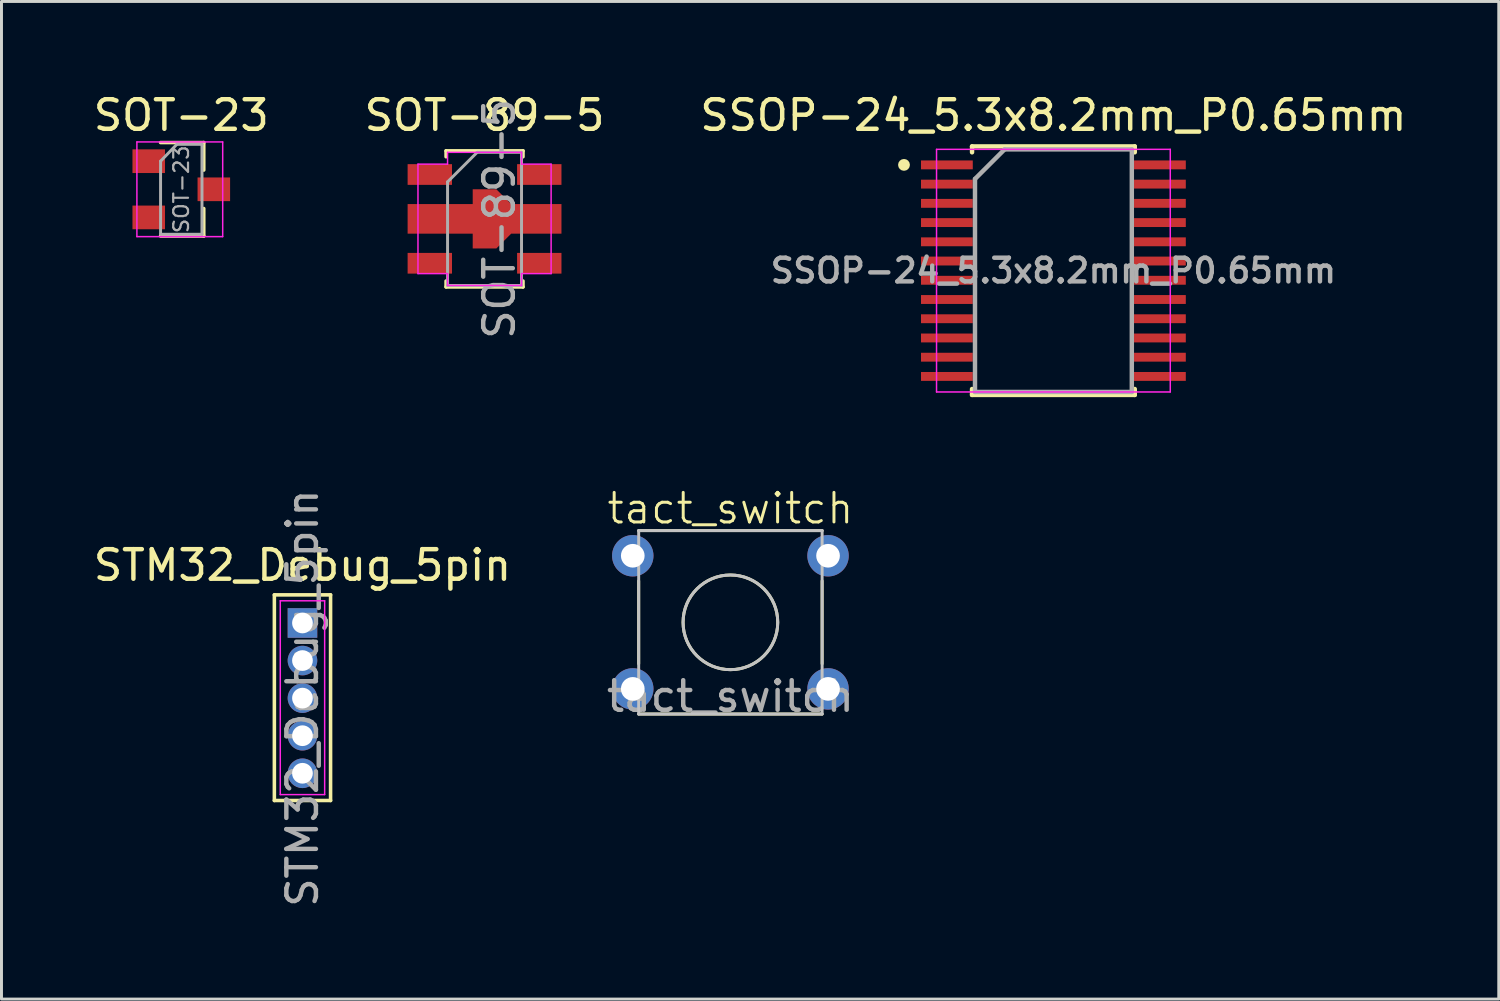
<source format=kicad_pcb>
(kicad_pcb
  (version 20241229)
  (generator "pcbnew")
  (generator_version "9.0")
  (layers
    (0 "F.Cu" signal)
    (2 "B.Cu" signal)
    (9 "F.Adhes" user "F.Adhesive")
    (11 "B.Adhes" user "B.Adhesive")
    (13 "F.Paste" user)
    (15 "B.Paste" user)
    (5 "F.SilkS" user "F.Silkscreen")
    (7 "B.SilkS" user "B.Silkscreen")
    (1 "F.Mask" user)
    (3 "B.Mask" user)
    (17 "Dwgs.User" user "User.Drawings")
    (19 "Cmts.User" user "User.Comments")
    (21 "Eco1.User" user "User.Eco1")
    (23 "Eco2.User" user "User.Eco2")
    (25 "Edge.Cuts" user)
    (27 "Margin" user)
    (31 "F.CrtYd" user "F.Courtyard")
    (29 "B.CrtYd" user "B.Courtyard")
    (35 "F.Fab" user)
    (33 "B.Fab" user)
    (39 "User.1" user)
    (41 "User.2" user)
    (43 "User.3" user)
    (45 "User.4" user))
  (footprint "SOT-23"
    (layer "F.Cu")
    (at 3.077 3.348)
    (property "Reference" "SOT-23" (at 0 -2.5 0) (layer "F.SilkS") (effects (font (size 1 1) (thickness 0.15))))
    (attr smd)
    (fp_line (start 0.76 -1.58) (end -0.7 -1.58) (stroke (width 0.12) (type solid)) (layer "F.SilkS"))
    (fp_line (start 0.76 -1.58) (end 0.76 -0.65) (stroke (width 0.12) (type solid)) (layer "F.SilkS"))
    (fp_line (start 0.76 1.58) (end -0.7 1.58) (stroke (width 0.12) (type solid)) (layer "F.SilkS"))
    (fp_line (start 0.76 1.58) (end 0.76 0.65) (stroke (width 0.12) (type solid)) (layer "F.SilkS"))
    (fp_line (start -1.5 -1.6) (end 1.4 -1.6) (stroke (width 0.05) (type solid)) (layer "F.CrtYd"))
    (fp_line (start -1.5 1.6) (end -1.5 -1.6) (stroke (width 0.05) (type solid)) (layer "F.CrtYd"))
    (fp_line (start 1.4 -1.6) (end 1.4 1.6) (stroke (width 0.05) (type solid)) (layer "F.CrtYd"))
    (fp_line (start 1.4 1.6) (end -1.5 1.6) (stroke (width 0.05) (type solid)) (layer "F.CrtYd"))
    (fp_line (start -0.7 -0.95) (end -0.7 1.5) (stroke (width 0.1) (type solid)) (layer "F.Fab"))
    (fp_line (start -0.7 -0.95) (end -0.15 -1.52) (stroke (width 0.1) (type solid)) (layer "F.Fab"))
    (fp_line (start -0.7 1.52) (end 0.7 1.52) (stroke (width 0.1) (type solid)) (layer "F.Fab"))
    (fp_line (start -0.15 -1.52) (end 0.7 -1.52) (stroke (width 0.1) (type solid)) (layer "F.Fab"))
    (fp_line (start 0.7 -1.52) (end 0.7 1.52) (stroke (width 0.1) (type solid)) (layer "F.Fab"))
    (fp_text user "${REFERENCE}" (at 0 0 90) (layer "F.Fab") (effects (font (size 0.5 0.5) (thickness 0.075))))
    (pad "1" smd rect (at -1.1 -0.95) (size 1.1 0.8) (layers "F.Cu" "F.Mask" "F.Paste"))
    (pad "2" smd rect (at -1.1 0.95) (size 1.1 0.8) (layers "F.Cu" "F.Mask" "F.Paste"))
    (pad "3" smd rect (at 1.1 0) (size 1.1 0.8) (layers "F.Cu" "F.Mask" "F.Paste")))
  (footprint "SSOP-24_5.3x8.2mm_P0.65mm"
    (layer "F.Cu")
    (at 32.554 6.098)
    (property "Reference" "SSOP-24_5.3x8.2mm_P0.65mm" (at 0 -5.25 0) (layer "F.SilkS") (effects (font (size 1 1) (thickness 0.15))))
    (attr smd)
    (fp_line (start -2.75 -4.2) (end -2.75 -4) (stroke (width 0.15) (type solid)) (layer "F.SilkS"))
    (fp_line (start -2.75 -4.2) (end 2.75 -4.2) (stroke (width 0.15) (type solid)) (layer "F.SilkS"))
    (fp_line (start -2.75 4.2) (end -2.75 4) (stroke (width 0.15) (type solid)) (layer "F.SilkS"))
    (fp_line (start -2.75 4.2) (end 2.75 4.2) (stroke (width 0.15) (type solid)) (layer "F.SilkS"))
    (fp_line (start 2.75 -4.2) (end 2.75 -4) (stroke (width 0.15) (type solid)) (layer "F.SilkS"))
    (fp_line (start 2.75 4.2) (end 2.75 4) (stroke (width 0.15) (type solid)) (layer "F.SilkS"))
    (fp_circle (center -5.05 -3.575) (end -4.95 -3.575) (stroke (width 0.2) (type default)) (fill no) (layer "F.SilkS"))
    (fp_line (start -3.95 -4.1) (end -3.95 4.1) (stroke (width 0.05) (type solid)) (layer "F.CrtYd"))
    (fp_line (start -3.95 -4.1) (end 3.95 -4.1) (stroke (width 0.05) (type solid)) (layer "F.CrtYd"))
    (fp_line (start -3.95 4.1) (end 3.95 4.1) (stroke (width 0.05) (type solid)) (layer "F.CrtYd"))
    (fp_line (start 3.95 -4.1) (end 3.95 4.1) (stroke (width 0.05) (type solid)) (layer "F.CrtYd"))
    (fp_line (start -2.65 -3.1) (end -1.65 -4.1) (stroke (width 0.15) (type solid)) (layer "F.Fab"))
    (fp_line (start -2.65 4.1) (end -2.65 -3.1) (stroke (width 0.15) (type solid)) (layer "F.Fab"))
    (fp_line (start -1.65 -4.1) (end 2.65 -4.1) (stroke (width 0.15) (type solid)) (layer "F.Fab"))
    (fp_line (start 2.65 -4.1) (end 2.65 4.1) (stroke (width 0.15) (type solid)) (layer "F.Fab"))
    (fp_line (start 2.65 4.1) (end -2.65 4.1) (stroke (width 0.15) (type solid)) (layer "F.Fab"))
    (fp_text user "${REFERENCE}" (at 0 0 0) (layer "F.Fab") (effects (font (size 0.8 0.8) (thickness 0.15))))
    (pad "1" smd rect (at -3.6 -3.575) (size 1.75 0.3) (layers "F.Cu" "F.Mask" "F.Paste"))
    (pad "2" smd rect (at -3.6 -2.925) (size 1.75 0.3) (layers "F.Cu" "F.Mask" "F.Paste"))
    (pad "3" smd rect (at -3.6 -2.275) (size 1.75 0.3) (layers "F.Cu" "F.Mask" "F.Paste"))
    (pad "4" smd rect (at -3.6 -1.625) (size 1.75 0.3) (layers "F.Cu" "F.Mask" "F.Paste"))
    (pad "5" smd rect (at -3.6 -0.975) (size 1.75 0.3) (layers "F.Cu" "F.Mask" "F.Paste"))
    (pad "6" smd rect (at -3.6 -0.325) (size 1.75 0.3) (layers "F.Cu" "F.Mask" "F.Paste"))
    (pad "7" smd rect (at -3.6 0.325) (size 1.75 0.3) (layers "F.Cu" "F.Mask" "F.Paste"))
    (pad "8" smd rect (at -3.6 0.975) (size 1.75 0.3) (layers "F.Cu" "F.Mask" "F.Paste"))
    (pad "9" smd rect (at -3.6 1.625) (size 1.75 0.3) (layers "F.Cu" "F.Mask" "F.Paste"))
    (pad "10" smd rect (at -3.6 2.275) (size 1.75 0.3) (layers "F.Cu" "F.Mask" "F.Paste"))
    (pad "11" smd rect (at -3.6 2.925) (size 1.75 0.3) (layers "F.Cu" "F.Mask" "F.Paste"))
    (pad "12" smd rect (at -3.6 3.575) (size 1.75 0.3) (layers "F.Cu" "F.Mask" "F.Paste"))
    (pad "13" smd rect (at 3.6 3.575) (size 1.75 0.3) (layers "F.Cu" "F.Mask" "F.Paste"))
    (pad "14" smd rect (at 3.6 2.925) (size 1.75 0.3) (layers "F.Cu" "F.Mask" "F.Paste"))
    (pad "15" smd rect (at 3.6 2.275) (size 1.75 0.3) (layers "F.Cu" "F.Mask" "F.Paste"))
    (pad "16" smd rect (at 3.6 1.625) (size 1.75 0.3) (layers "F.Cu" "F.Mask" "F.Paste"))
    (pad "17" smd rect (at 3.6 0.975) (size 1.75 0.3) (layers "F.Cu" "F.Mask" "F.Paste"))
    (pad "18" smd rect (at 3.6 0.325) (size 1.75 0.3) (layers "F.Cu" "F.Mask" "F.Paste"))
    (pad "19" smd rect (at 3.6 -0.325) (size 1.75 0.3) (layers "F.Cu" "F.Mask" "F.Paste"))
    (pad "20" smd rect (at 3.6 -0.975) (size 1.75 0.3) (layers "F.Cu" "F.Mask" "F.Paste"))
    (pad "21" smd rect (at 3.6 -1.625) (size 1.75 0.3) (layers "F.Cu" "F.Mask" "F.Paste"))
    (pad "22" smd rect (at 3.6 -2.275) (size 1.75 0.3) (layers "F.Cu" "F.Mask" "F.Paste"))
    (pad "23" smd rect (at 3.6 -2.925) (size 1.75 0.3) (layers "F.Cu" "F.Mask" "F.Paste"))
    (pad "24" smd rect (at 3.6 -3.575) (size 1.75 0.3) (layers "F.Cu" "F.Mask" "F.Paste")))
  (footprint "STM32_Debug_5pin"
    (layer "F.Cu")
    (at 7.173 18.006)
    (property "Reference" "STM32_Debug_5pin" (at 0 -1.95 0) (layer "F.SilkS") (effects (font (size 1 1) (thickness 0.15))))
    (attr through_hole)
    (fp_line (start -0.95 -0.95) (end -0.95 6) (stroke (width 0.12) (type solid)) (layer "F.SilkS"))
    (fp_line (start -0.95 -0.95) (end 0.95 -0.95) (stroke (width 0.12) (type solid)) (layer "F.SilkS"))
    (fp_line (start -0.95 6) (end 0.95 6) (stroke (width 0.12) (type solid)) (layer "F.SilkS"))
    (fp_line (start 0.95 -0.95) (end 0.95 6) (stroke (width 0.12) (type solid)) (layer "F.SilkS"))
    (fp_line (start -0.75 -0.75) (end -0.75 5.8) (stroke (width 0.05) (type solid)) (layer "F.CrtYd"))
    (fp_line (start -0.75 5.8) (end 0.75 5.8) (stroke (width 0.05) (type solid)) (layer "F.CrtYd"))
    (fp_line (start 0.75 -0.75) (end -0.75 -0.75) (stroke (width 0.05) (type solid)) (layer "F.CrtYd"))
    (fp_line (start 0.75 5.8) (end 0.75 -0.75) (stroke (width 0.05) (type solid)) (layer "F.CrtYd"))
    (fp_text user "${REFERENCE}" (at 0 2.54 90) (layer "F.Fab") (effects (font (size 1 1) (thickness 0.15))))
    (pad "1" thru_hole rect (at 0 0) (size 1 1) (drill 0.7) (layers "*.Cu" "*.Mask"))
    (pad "2" thru_hole oval (at 0 1.27) (size 1 1) (drill 0.7) (layers "*.Cu" "*.Mask"))
    (pad "3" thru_hole oval (at 0 2.54) (size 1 1) (drill 0.7) (layers "*.Cu" "*.Mask"))
    (pad "4" thru_hole oval (at 0 3.81) (size 1 1) (drill 0.7) (layers "*.Cu" "*.Mask"))
    (pad "5" thru_hole oval (at 0 5.08) (size 1 1) (drill 0.7) (layers "*.Cu" "*.Mask")))
  (footprint "tact_switch"
    (layer "F.Cu")
    (at 21.637 17.984)
    (property "Reference" "tact_switch" (at 0 -3.85 0) (unlocked yes) (layer "F.SilkS") (effects (font (size 1 1) (thickness 0.1))))
    (attr through_hole)
    (fp_line (start -3.1 -3.1) (end 3.1 -3.1) (stroke (width 0.1) (type default)) (layer "F.SilkS"))
    (fp_line (start -3.1 -1.4) (end -3.1 1.4) (stroke (width 0.1) (type default)) (layer "F.SilkS"))
    (fp_line (start 3.1 -1.4) (end 3.1 1.4) (stroke (width 0.1) (type default)) (layer "F.SilkS"))
    (fp_line (start 3.1 3.1) (end -3.1 3.1) (stroke (width 0.1) (type default)) (layer "F.SilkS"))
    (fp_circle (center 0 0) (end 1.6 0) (stroke (width 0.1) (type default)) (fill no) (layer "F.SilkS"))
    (fp_line (start -3.1 -3.1) (end 3.1 -3.1) (stroke (width 0.1) (type default)) (layer "Dwgs.User"))
    (fp_line (start -3.1 3.1) (end -3.1 -3.1) (stroke (width 0.1) (type default)) (layer "Dwgs.User"))
    (fp_line (start 3.1 -3.1) (end 3.1 3.1) (stroke (width 0.1) (type default)) (layer "Dwgs.User"))
    (fp_line (start 3.1 3.1) (end -3.1 3.1) (stroke (width 0.1) (type default)) (layer "Dwgs.User"))
    (fp_circle (center 0 0) (end 1.6 0) (stroke (width 0.1) (type default)) (fill no) (layer "Dwgs.User"))
    (fp_text user "${REFERENCE}" (at 0 2.5 0) (unlocked yes) (layer "F.Fab") (effects (font (size 1 1) (thickness 0.15))))
    (pad "1" thru_hole circle (at -3.3 -2.25) (size 1.4 1.4) (drill 0.8) (layers "*.Cu" "*.Mask"))
    (pad "1" thru_hole circle (at 3.3 -2.25) (size 1.4 1.4) (drill 0.8) (layers "*.Cu" "*.Mask"))
    (pad "2" thru_hole circle (at -3.3 2.25) (size 1.4 1.4) (drill 0.8) (layers "*.Cu" "*.Mask"))
    (pad "2" thru_hole circle (at 3.3 2.25) (size 1.4 1.4) (drill 0.8) (layers "*.Cu" "*.Mask")))
  (footprint "SOT-89-5"
    (layer "F.Cu")
    (at 13.327 4.348)
    (property "Reference" "SOT-89-5" (at 0 -3.5 0) (layer "F.SilkS") (effects (font (size 1 1) (thickness 0.15))))
    (attr smd)
    (fp_line (start -1.3 -2.3) (end 1.3 -2.3) (stroke (width 0.12) (type solid)) (layer "F.SilkS"))
    (fp_line (start -1.3 -2.1) (end -1.3 -2.3) (stroke (width 0.12) (type solid)) (layer "F.SilkS"))
    (fp_line (start -1.3 2.1) (end -1.3 2.3) (stroke (width 0.12) (type solid)) (layer "F.SilkS"))
    (fp_line (start -1.3 2.3) (end 1.3 2.3) (stroke (width 0.12) (type solid)) (layer "F.SilkS"))
    (fp_line (start 1.3 -2.3) (end 1.3 -2.1) (stroke (width 0.12) (type solid)) (layer "F.SilkS"))
    (fp_line (start 1.3 2.3) (end 1.3 2.1) (stroke (width 0.12) (type solid)) (layer "F.SilkS"))
    (fp_line (start -2.25 1.85) (end -2.25 -1.85) (stroke (width 0.05) (type solid)) (layer "F.CrtYd"))
    (fp_line (start -1.25 -1.85) (end -2.25 -1.85) (stroke (width 0.05) (type solid)) (layer "F.CrtYd"))
    (fp_line (start -1.25 -1.85) (end -1.25 -2.25) (stroke (width 0.05) (type solid)) (layer "F.CrtYd"))
    (fp_line (start -1.25 1.85) (end -2.25 1.85) (stroke (width 0.05) (type solid)) (layer "F.CrtYd"))
    (fp_line (start -1.25 2.25) (end -1.25 1.85) (stroke (width 0.05) (type solid)) (layer "F.CrtYd"))
    (fp_line (start -1.25 2.25) (end 1.25 2.25) (stroke (width 0.05) (type solid)) (layer "F.CrtYd"))
    (fp_line (start 1.25 -2.25) (end -1.25 -2.25) (stroke (width 0.05) (type solid)) (layer "F.CrtYd"))
    (fp_line (start 1.25 -1.85) (end 1.25 -2.25) (stroke (width 0.05) (type solid)) (layer "F.CrtYd"))
    (fp_line (start 1.25 2.25) (end 1.25 1.85) (stroke (width 0.05) (type solid)) (layer "F.CrtYd"))
    (fp_line (start 2.25 -1.85) (end 1.25 -1.85) (stroke (width 0.05) (type solid)) (layer "F.CrtYd"))
    (fp_line (start 2.25 -1.85) (end 2.25 1.85) (stroke (width 0.05) (type solid)) (layer "F.CrtYd"))
    (fp_line (start 2.25 1.85) (end 1.25 1.85) (stroke (width 0.05) (type solid)) (layer "F.CrtYd"))
    (fp_line (start -1.25 -1.25) (end -0.25 -2.25) (stroke (width 0.1) (type solid)) (layer "F.Fab"))
    (fp_line (start -1.25 2.25) (end -1.25 -1.25) (stroke (width 0.1) (type solid)) (layer "F.Fab"))
    (fp_line (start -0.25 -2.25) (end 1.25 -2.25) (stroke (width 0.1) (type solid)) (layer "F.Fab"))
    (fp_line (start 1.25 -2.25) (end 1.25 2.25) (stroke (width 0.1) (type solid)) (layer "F.Fab"))
    (fp_line (start 1.25 2.25) (end -1.25 2.25) (stroke (width 0.1) (type solid)) (layer "F.Fab"))
    (fp_text user "${REFERENCE}" (at 0.5 0 90) (layer "F.Fab") (effects (font (size 1 1) (thickness 0.15))))
    (pad "1" smd rect (at -1.85 -1.5) (size 1.5 0.7) (layers "F.Cu" "F.Mask" "F.Paste"))
    (pad "2" smd custom (at 0 0) (size 0.8 2) (layers "F.Cu" "F.Mask" "F.Paste") (options (anchor rect)) (primitives (gr_poly (pts (xy -2.6 -0.5) (xy -0.4 -0.5) (xy -0.4 -1) (xy 0.4 -1) (xy 0.9 -0.5) (xy 2.6 -0.5) (xy 2.6 0.5) (xy 0.9 0.5) (xy 0.4 1) (xy -0.4 1) (xy -0.4 0.5) (xy -2.6 0.5)) (width 0) (fill yes))))
    (pad "3" smd rect (at -1.85 1.5) (size 1.5 0.7) (layers "F.Cu" "F.Mask" "F.Paste"))
    (pad "4" smd rect (at 1.85 1.5) (size 1.5 0.7) (layers "F.Cu" "F.Mask" "F.Paste"))
    (pad "5" smd rect (at 1.85 -1.5) (size 1.5 0.7) (layers "F.Cu" "F.Mask" "F.Paste")))
  (gr_rect
    (start -3 -3)
    (end 47.607 30.718)
    (stroke (width 0.1) (type default))
    (fill no)
    (layer "Edge.Cuts")))
</source>
